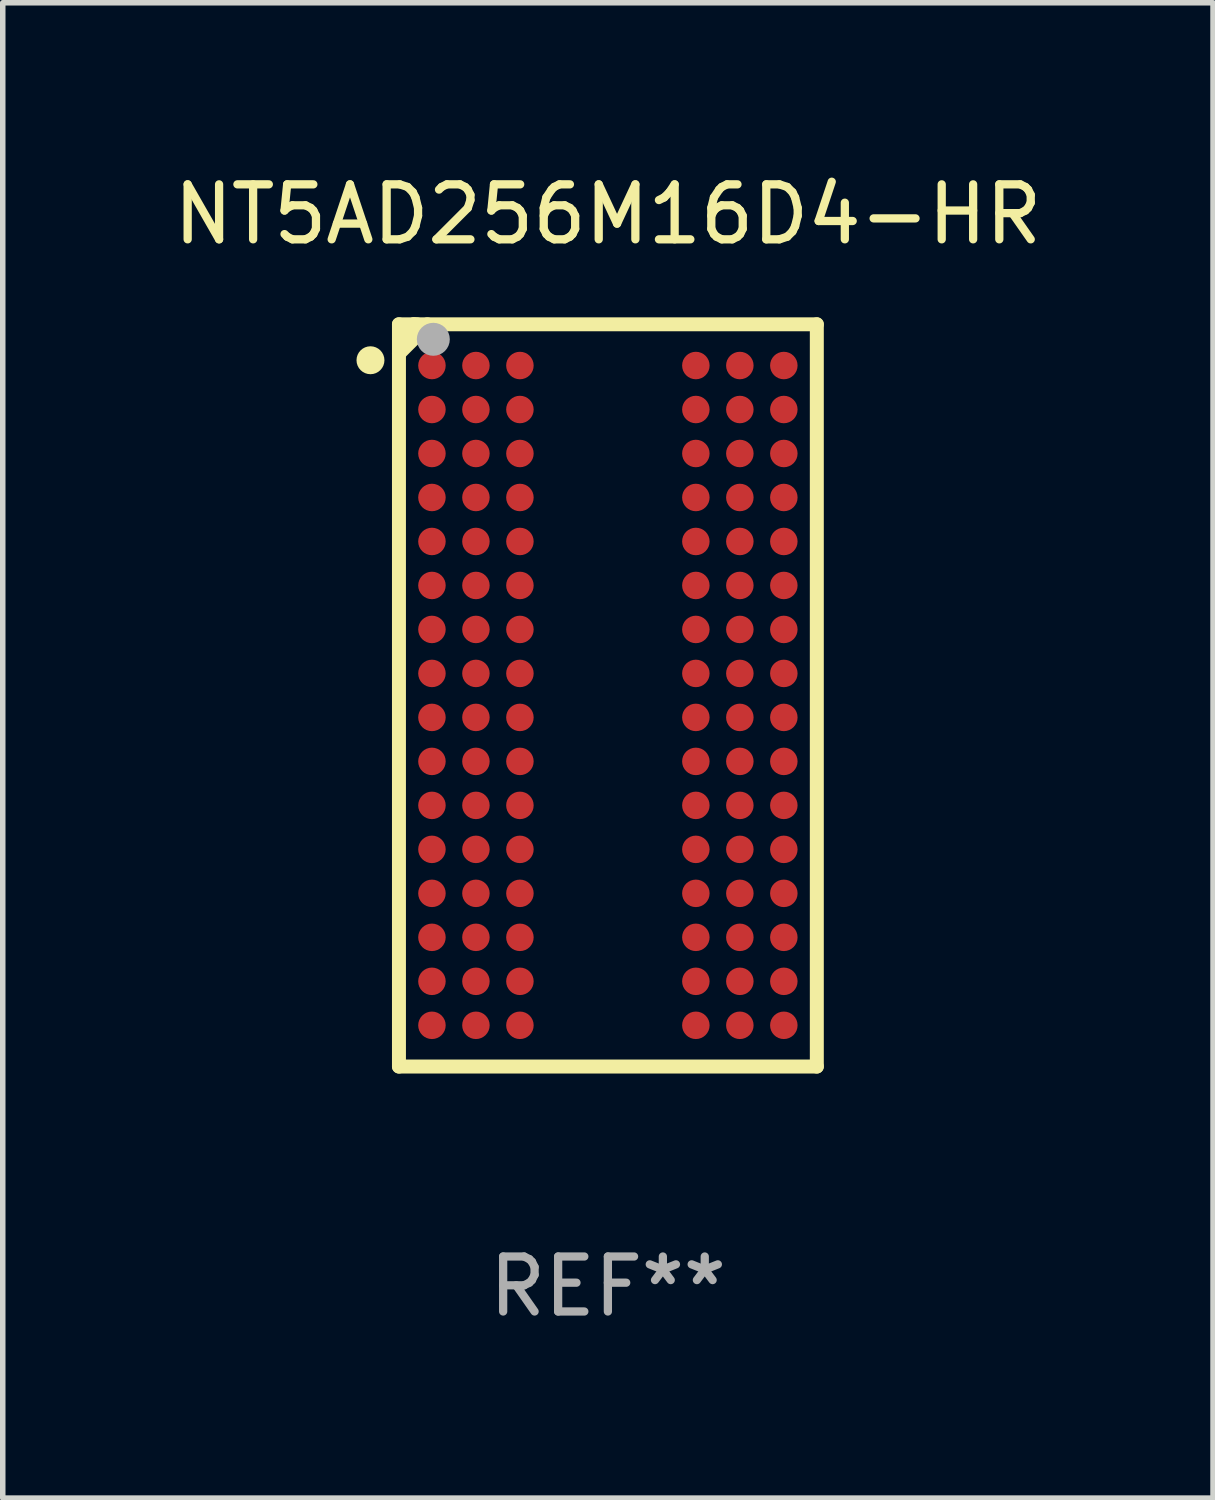
<source format=kicad_pcb>
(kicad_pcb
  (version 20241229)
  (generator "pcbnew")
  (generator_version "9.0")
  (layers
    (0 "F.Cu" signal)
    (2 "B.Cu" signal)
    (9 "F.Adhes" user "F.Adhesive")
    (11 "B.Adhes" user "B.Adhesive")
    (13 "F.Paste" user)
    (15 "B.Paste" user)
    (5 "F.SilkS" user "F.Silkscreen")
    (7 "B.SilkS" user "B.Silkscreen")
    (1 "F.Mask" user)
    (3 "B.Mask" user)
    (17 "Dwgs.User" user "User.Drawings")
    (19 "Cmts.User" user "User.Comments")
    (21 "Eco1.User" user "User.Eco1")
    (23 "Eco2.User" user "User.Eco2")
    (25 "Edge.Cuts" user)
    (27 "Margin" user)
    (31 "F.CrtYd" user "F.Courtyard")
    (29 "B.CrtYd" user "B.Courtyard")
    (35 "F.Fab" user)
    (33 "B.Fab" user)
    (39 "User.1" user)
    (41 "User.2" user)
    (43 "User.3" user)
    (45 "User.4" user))
  (footprint "NT5AD256M16D4-HR"
    (layer "F.Cu")
    (at 8.006 9.598)
    (property "Reference" "NT5AD256M16D4-HR" (at 0 -8.75 0) (layer "F.SilkS") (effects (font (size 1 1) (thickness 0.15))))
    (attr through_hole)
    (fp_line (start -3.8 -6.75) (end -3.8 6.75) (stroke (width 0.254) (type solid)) (layer "F.SilkS"))
    (fp_line (start -3.8 -6.75) (end 3.8 -6.75) (stroke (width 0.254) (type solid)) (layer "F.SilkS"))
    (fp_line (start -3.8 6.75) (end 3.8 6.75) (stroke (width 0.254) (type solid)) (layer "F.SilkS"))
    (fp_line (start -3.53 -6.75) (end -3.8 -6.48) (stroke (width 0.254) (type solid)) (layer "F.SilkS"))
    (fp_line (start -3.471 -6.75) (end -3.53 -6.75) (stroke (width 0.254) (type solid)) (layer "F.SilkS"))
    (fp_line (start -3.283 -6.75) (end -3.283 -6.734) (stroke (width 0.254) (type solid)) (layer "F.SilkS"))
    (fp_line (start -3.283 -6.734) (end -3.8 -6.217) (stroke (width 0.254) (type solid)) (layer "F.SilkS"))
    (fp_line (start 3.8 -6.75) (end 3.8 6.75) (stroke (width 0.254) (type solid)) (layer "F.SilkS"))
    (fp_circle (center -4.318 -6.096) (end -4.191 -6.096) (stroke (width 0.254) (type solid)) (fill no) (layer "F.SilkS"))
    (fp_circle (center -3.75 -6.75) (end -3.72 -6.75) (stroke (width 0.06) (type solid)) (fill no) (layer "F.SilkS"))
    (fp_circle (center -3.175 -6.477) (end -3.025 -6.477) (stroke (width 0.3) (type solid)) (fill no) (layer "F.Fab"))
    (fp_text user "REF**" (at 0 10.75 0) (layer "F.Fab") (effects (font (size 1 1) (thickness 0.15))))
    (pad "A1" smd circle (at -3.2 -6) (size 0.5 0.5) (layers "F.Cu" "F.Mask" "F.Paste"))
    (pad "A2" smd circle (at -2.4 -6) (size 0.5 0.5) (layers "F.Cu" "F.Mask" "F.Paste"))
    (pad "A3" smd circle (at -1.6 -6) (size 0.5 0.5) (layers "F.Cu" "F.Mask" "F.Paste"))
    (pad "A7" smd circle (at 1.6 -6) (size 0.5 0.5) (layers "F.Cu" "F.Mask" "F.Paste"))
    (pad "A8" smd circle (at 2.4 -6) (size 0.5 0.5) (layers "F.Cu" "F.Mask" "F.Paste"))
    (pad "A9" smd circle (at 3.2 -6) (size 0.5 0.5) (layers "F.Cu" "F.Mask" "F.Paste"))
    (pad "B1" smd circle (at -3.2 -5.2) (size 0.5 0.5) (layers "F.Cu" "F.Mask" "F.Paste"))
    (pad "B2" smd circle (at -2.4 -5.2) (size 0.5 0.5) (layers "F.Cu" "F.Mask" "F.Paste"))
    (pad "B3" smd circle (at -1.6 -5.2) (size 0.5 0.5) (layers "F.Cu" "F.Mask" "F.Paste"))
    (pad "B7" smd circle (at 1.6 -5.2) (size 0.5 0.5) (layers "F.Cu" "F.Mask" "F.Paste"))
    (pad "B8" smd circle (at 2.4 -5.2) (size 0.5 0.5) (layers "F.Cu" "F.Mask" "F.Paste"))
    (pad "B9" smd circle (at 3.2 -5.2) (size 0.5 0.5) (layers "F.Cu" "F.Mask" "F.Paste"))
    (pad "C1" smd circle (at -3.2 -4.4) (size 0.5 0.5) (layers "F.Cu" "F.Mask" "F.Paste"))
    (pad "C2" smd circle (at -2.4 -4.4) (size 0.5 0.5) (layers "F.Cu" "F.Mask" "F.Paste"))
    (pad "C3" smd circle (at -1.6 -4.4) (size 0.5 0.5) (layers "F.Cu" "F.Mask" "F.Paste"))
    (pad "C7" smd circle (at 1.6 -4.4) (size 0.5 0.5) (layers "F.Cu" "F.Mask" "F.Paste"))
    (pad "C8" smd circle (at 2.4 -4.4) (size 0.5 0.5) (layers "F.Cu" "F.Mask" "F.Paste"))
    (pad "C9" smd circle (at 3.2 -4.4) (size 0.5 0.5) (layers "F.Cu" "F.Mask" "F.Paste"))
    (pad "D1" smd circle (at -3.2 -3.6) (size 0.5 0.5) (layers "F.Cu" "F.Mask" "F.Paste"))
    (pad "D2" smd circle (at -2.4 -3.6) (size 0.5 0.5) (layers "F.Cu" "F.Mask" "F.Paste"))
    (pad "D3" smd circle (at -1.6 -3.6) (size 0.5 0.5) (layers "F.Cu" "F.Mask" "F.Paste"))
    (pad "D7" smd circle (at 1.6 -3.6) (size 0.5 0.5) (layers "F.Cu" "F.Mask" "F.Paste"))
    (pad "D8" smd circle (at 2.4 -3.6) (size 0.5 0.5) (layers "F.Cu" "F.Mask" "F.Paste"))
    (pad "D9" smd circle (at 3.2 -3.6) (size 0.5 0.5) (layers "F.Cu" "F.Mask" "F.Paste"))
    (pad "E1" smd circle (at -3.2 -2.8) (size 0.5 0.5) (layers "F.Cu" "F.Mask" "F.Paste"))
    (pad "E2" smd circle (at -2.4 -2.8) (size 0.5 0.5) (layers "F.Cu" "F.Mask" "F.Paste"))
    (pad "E3" smd circle (at -1.6 -2.8) (size 0.5 0.5) (layers "F.Cu" "F.Mask" "F.Paste"))
    (pad "E7" smd circle (at 1.6 -2.8) (size 0.5 0.5) (layers "F.Cu" "F.Mask" "F.Paste"))
    (pad "E8" smd circle (at 2.4 -2.8) (size 0.5 0.5) (layers "F.Cu" "F.Mask" "F.Paste"))
    (pad "E9" smd circle (at 3.2 -2.8) (size 0.5 0.5) (layers "F.Cu" "F.Mask" "F.Paste"))
    (pad "F1" smd circle (at -3.2 -2) (size 0.5 0.5) (layers "F.Cu" "F.Mask" "F.Paste"))
    (pad "F2" smd circle (at -2.4 -2) (size 0.5 0.5) (layers "F.Cu" "F.Mask" "F.Paste"))
    (pad "F3" smd circle (at -1.6 -2) (size 0.5 0.5) (layers "F.Cu" "F.Mask" "F.Paste"))
    (pad "F7" smd circle (at 1.6 -2) (size 0.5 0.5) (layers "F.Cu" "F.Mask" "F.Paste"))
    (pad "F8" smd circle (at 2.4 -2) (size 0.5 0.5) (layers "F.Cu" "F.Mask" "F.Paste"))
    (pad "F9" smd circle (at 3.2 -2) (size 0.5 0.5) (layers "F.Cu" "F.Mask" "F.Paste"))
    (pad "G1" smd circle (at -3.2 -1.2) (size 0.5 0.5) (layers "F.Cu" "F.Mask" "F.Paste"))
    (pad "G2" smd circle (at -2.4 -1.2) (size 0.5 0.5) (layers "F.Cu" "F.Mask" "F.Paste"))
    (pad "G3" smd circle (at -1.6 -1.2) (size 0.5 0.5) (layers "F.Cu" "F.Mask" "F.Paste"))
    (pad "G7" smd circle (at 1.6 -1.2) (size 0.5 0.5) (layers "F.Cu" "F.Mask" "F.Paste"))
    (pad "G8" smd circle (at 2.4 -1.2) (size 0.5 0.5) (layers "F.Cu" "F.Mask" "F.Paste"))
    (pad "G9" smd circle (at 3.2 -1.2) (size 0.5 0.5) (layers "F.Cu" "F.Mask" "F.Paste"))
    (pad "H1" smd circle (at -3.2 -0.4) (size 0.5 0.5) (layers "F.Cu" "F.Mask" "F.Paste"))
    (pad "H2" smd circle (at -2.4 -0.4) (size 0.5 0.5) (layers "F.Cu" "F.Mask" "F.Paste"))
    (pad "H3" smd circle (at -1.6 -0.4) (size 0.5 0.5) (layers "F.Cu" "F.Mask" "F.Paste"))
    (pad "H7" smd circle (at 1.6 -0.4) (size 0.5 0.5) (layers "F.Cu" "F.Mask" "F.Paste"))
    (pad "H8" smd circle (at 2.4 -0.4) (size 0.5 0.5) (layers "F.Cu" "F.Mask" "F.Paste"))
    (pad "H9" smd circle (at 3.2 -0.4) (size 0.5 0.5) (layers "F.Cu" "F.Mask" "F.Paste"))
    (pad "J1" smd circle (at -3.2 0.4) (size 0.5 0.5) (layers "F.Cu" "F.Mask" "F.Paste"))
    (pad "J2" smd circle (at -2.4 0.4) (size 0.5 0.5) (layers "F.Cu" "F.Mask" "F.Paste"))
    (pad "J3" smd circle (at -1.6 0.4) (size 0.5 0.5) (layers "F.Cu" "F.Mask" "F.Paste"))
    (pad "J7" smd circle (at 1.6 0.4) (size 0.5 0.5) (layers "F.Cu" "F.Mask" "F.Paste"))
    (pad "J8" smd circle (at 2.4 0.4) (size 0.5 0.5) (layers "F.Cu" "F.Mask" "F.Paste"))
    (pad "J9" smd circle (at 3.2 0.4) (size 0.5 0.5) (layers "F.Cu" "F.Mask" "F.Paste"))
    (pad "K1" smd circle (at -3.2 1.2) (size 0.5 0.5) (layers "F.Cu" "F.Mask" "F.Paste"))
    (pad "K2" smd circle (at -2.4 1.2) (size 0.5 0.5) (layers "F.Cu" "F.Mask" "F.Paste"))
    (pad "K3" smd circle (at -1.6 1.2) (size 0.5 0.5) (layers "F.Cu" "F.Mask" "F.Paste"))
    (pad "K7" smd circle (at 1.6 1.2) (size 0.5 0.5) (layers "F.Cu" "F.Mask" "F.Paste"))
    (pad "K8" smd circle (at 2.4 1.2) (size 0.5 0.5) (layers "F.Cu" "F.Mask" "F.Paste"))
    (pad "K9" smd circle (at 3.2 1.2) (size 0.5 0.5) (layers "F.Cu" "F.Mask" "F.Paste"))
    (pad "L1" smd circle (at -3.2 2) (size 0.5 0.5) (layers "F.Cu" "F.Mask" "F.Paste"))
    (pad "L2" smd circle (at -2.4 2) (size 0.5 0.5) (layers "F.Cu" "F.Mask" "F.Paste"))
    (pad "L3" smd circle (at -1.6 2) (size 0.5 0.5) (layers "F.Cu" "F.Mask" "F.Paste"))
    (pad "L7" smd circle (at 1.6 2) (size 0.5 0.5) (layers "F.Cu" "F.Mask" "F.Paste"))
    (pad "L8" smd circle (at 2.4 2) (size 0.5 0.5) (layers "F.Cu" "F.Mask" "F.Paste"))
    (pad "L9" smd circle (at 3.2 2) (size 0.5 0.5) (layers "F.Cu" "F.Mask" "F.Paste"))
    (pad "M1" smd circle (at -3.2 2.8) (size 0.5 0.5) (layers "F.Cu" "F.Mask" "F.Paste"))
    (pad "M2" smd circle (at -2.4 2.8) (size 0.5 0.5) (layers "F.Cu" "F.Mask" "F.Paste"))
    (pad "M3" smd circle (at -1.6 2.8) (size 0.5 0.5) (layers "F.Cu" "F.Mask" "F.Paste"))
    (pad "M7" smd circle (at 1.6 2.8) (size 0.5 0.5) (layers "F.Cu" "F.Mask" "F.Paste"))
    (pad "M8" smd circle (at 2.4 2.8) (size 0.5 0.5) (layers "F.Cu" "F.Mask" "F.Paste"))
    (pad "M9" smd circle (at 3.2 2.8) (size 0.5 0.5) (layers "F.Cu" "F.Mask" "F.Paste"))
    (pad "N1" smd circle (at -3.2 3.6) (size 0.5 0.5) (layers "F.Cu" "F.Mask" "F.Paste"))
    (pad "N2" smd circle (at -2.4 3.6) (size 0.5 0.5) (layers "F.Cu" "F.Mask" "F.Paste"))
    (pad "N3" smd circle (at -1.6 3.6) (size 0.5 0.5) (layers "F.Cu" "F.Mask" "F.Paste"))
    (pad "N7" smd circle (at 1.6 3.6) (size 0.5 0.5) (layers "F.Cu" "F.Mask" "F.Paste"))
    (pad "N8" smd circle (at 2.4 3.6) (size 0.5 0.5) (layers "F.Cu" "F.Mask" "F.Paste"))
    (pad "N9" smd circle (at 3.2 3.6) (size 0.5 0.5) (layers "F.Cu" "F.Mask" "F.Paste"))
    (pad "P1" smd circle (at -3.2 4.4) (size 0.5 0.5) (layers "F.Cu" "F.Mask" "F.Paste"))
    (pad "P2" smd circle (at -2.4 4.4) (size 0.5 0.5) (layers "F.Cu" "F.Mask" "F.Paste"))
    (pad "P3" smd circle (at -1.6 4.4) (size 0.5 0.5) (layers "F.Cu" "F.Mask" "F.Paste"))
    (pad "P7" smd circle (at 1.6 4.4) (size 0.5 0.5) (layers "F.Cu" "F.Mask" "F.Paste"))
    (pad "P8" smd circle (at 2.4 4.4) (size 0.5 0.5) (layers "F.Cu" "F.Mask" "F.Paste"))
    (pad "P9" smd circle (at 3.2 4.4) (size 0.5 0.5) (layers "F.Cu" "F.Mask" "F.Paste"))
    (pad "R1" smd circle (at -3.2 5.2) (size 0.5 0.5) (layers "F.Cu" "F.Mask" "F.Paste"))
    (pad "R2" smd circle (at -2.4 5.2) (size 0.5 0.5) (layers "F.Cu" "F.Mask" "F.Paste"))
    (pad "R3" smd circle (at -1.6 5.2) (size 0.5 0.5) (layers "F.Cu" "F.Mask" "F.Paste"))
    (pad "R7" smd circle (at 1.6 5.2) (size 0.5 0.5) (layers "F.Cu" "F.Mask" "F.Paste"))
    (pad "R8" smd circle (at 2.4 5.2) (size 0.5 0.5) (layers "F.Cu" "F.Mask" "F.Paste"))
    (pad "R9" smd circle (at 3.2 5.2) (size 0.5 0.5) (layers "F.Cu" "F.Mask" "F.Paste"))
    (pad "T1" smd circle (at -3.2 6) (size 0.5 0.5) (layers "F.Cu" "F.Mask" "F.Paste"))
    (pad "T2" smd circle (at -2.4 6) (size 0.5 0.5) (layers "F.Cu" "F.Mask" "F.Paste"))
    (pad "T3" smd circle (at -1.6 6) (size 0.5 0.5) (layers "F.Cu" "F.Mask" "F.Paste"))
    (pad "T7" smd circle (at 1.6 6) (size 0.5 0.5) (layers "F.Cu" "F.Mask" "F.Paste"))
    (pad "T8" smd circle (at 2.4 6) (size 0.5 0.5) (layers "F.Cu" "F.Mask" "F.Paste"))
    (pad "T9" smd circle (at 3.2 6) (size 0.5 0.5) (layers "F.Cu" "F.Mask" "F.Paste")))
  (gr_rect
    (start -3 -3)
    (end 19.012 24.197)
    (stroke (width 0.1) (type default))
    (fill no)
    (layer "Edge.Cuts")))
</source>
